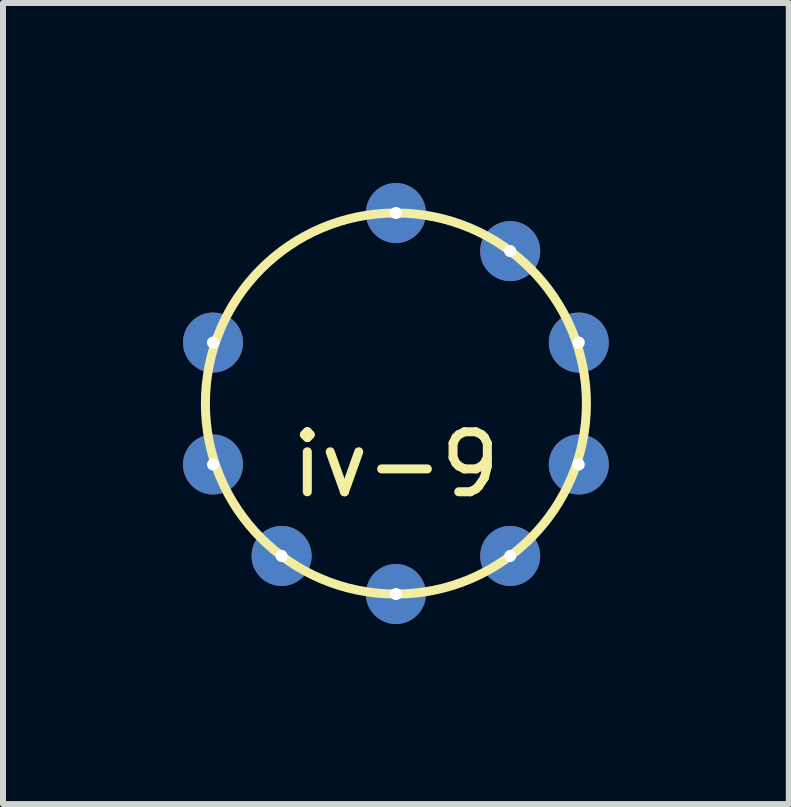
<source format=kicad_pcb>
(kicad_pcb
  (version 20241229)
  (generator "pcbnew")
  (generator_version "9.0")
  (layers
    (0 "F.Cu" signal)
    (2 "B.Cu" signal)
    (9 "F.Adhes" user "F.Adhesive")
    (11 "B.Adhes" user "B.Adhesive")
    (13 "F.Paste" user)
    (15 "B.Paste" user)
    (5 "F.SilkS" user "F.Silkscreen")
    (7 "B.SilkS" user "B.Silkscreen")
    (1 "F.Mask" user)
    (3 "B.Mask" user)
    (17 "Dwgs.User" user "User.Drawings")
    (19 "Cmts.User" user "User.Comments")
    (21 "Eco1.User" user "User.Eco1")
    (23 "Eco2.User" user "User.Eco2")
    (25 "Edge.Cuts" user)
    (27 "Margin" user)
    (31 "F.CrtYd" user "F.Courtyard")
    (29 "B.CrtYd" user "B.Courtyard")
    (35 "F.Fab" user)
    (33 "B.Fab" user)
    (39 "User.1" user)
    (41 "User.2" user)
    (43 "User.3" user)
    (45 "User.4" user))
  (footprint "iv-9"
    (layer "F.Cu")
    (at 3.548 3.675)
    (property "Reference" "iv-9" (at 0 1.016 0) (layer "F.SilkS") (effects (font (size 1 1) (thickness 0.15))))
    (attr through_hole)
    (fp_circle (center 0 0) (end 0 -3.175) (stroke (width 0.15) (type solid)) (fill no) (layer "F.SilkS"))
    (pad "1" thru_hole circle (at 0 -3.175) (size 1 1) (drill 0.2) (layers "*.Cu" "*.Mask"))
    (pad "2" thru_hole circle (at 1.905 -2.54) (size 1 1) (drill 0.2) (layers "*.Cu" "*.Mask"))
    (pad "3" thru_hole circle (at 3.048 -1.016) (size 1 1) (drill 0.2) (layers "*.Cu" "*.Mask"))
    (pad "4" thru_hole circle (at 3.048 1.016) (size 1 1) (drill 0.2) (layers "*.Cu" "*.Mask"))
    (pad "5" thru_hole circle (at 1.905 2.54) (size 1 1) (drill 0.2) (layers "*.Cu" "*.Mask"))
    (pad "6" thru_hole circle (at 0 3.175) (size 1 1) (drill 0.2) (layers "*.Cu" "*.Mask"))
    (pad "7" thru_hole circle (at -1.905 2.54) (size 1 1) (drill 0.2) (layers "*.Cu" "*.Mask"))
    (pad "8" thru_hole circle (at -3.048 1.016) (size 1 1) (drill 0.2) (layers "*.Cu" "*.Mask"))
    (pad "9" thru_hole circle (at -3.048 -1.016) (size 1 1) (drill 0.2) (layers "*.Cu" "*.Mask")))
  (gr_rect
    (start -3 -3)
    (end 10.096 10.35)
    (stroke (width 0.1) (type default))
    (fill no)
    (layer "Edge.Cuts")))
</source>
